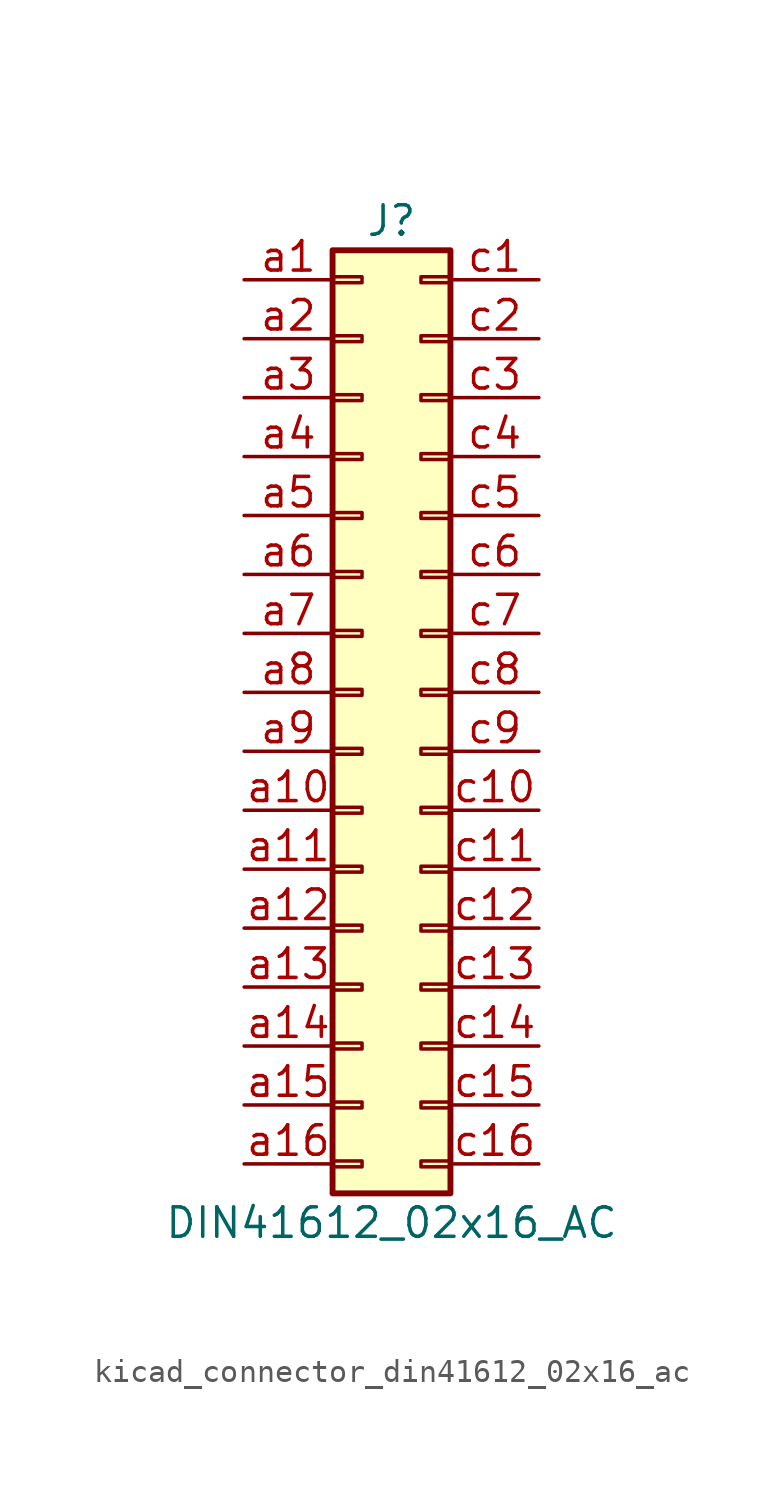
<source format=kicad_sym>
(kicad_symbol_lib
  (version 20220914)
  (generator kicad_symbol_editor)
  (symbol "kicad_connector_din41612_02x16_ac"
    (pin_names
      (offset 1.016) hide)
    (property "Reference" "J"
      (at 1.27 20.32 0)
      (effects (font (size 1.27 1.27))))
    (property "Value" "DIN41612_02x16_AC"
      (at 1.27 -22.86 0)
      (effects (font (size 1.27 1.27))))
    (symbol "kicad_connector_din41612_02x16_ac_1_1"
      (rectangle (start -1.27 -20.193) (end 0 -20.447) (stroke (width 0.152) (type default)) (fill (type none)))
      (rectangle (start -1.27 -17.653) (end 0 -17.907) (stroke (width 0.152) (type default)) (fill (type none)))
      (rectangle (start -1.27 -15.113) (end 0 -15.367) (stroke (width 0.152) (type default)) (fill (type none)))
      (rectangle (start -1.27 -12.573) (end 0 -12.827) (stroke (width 0.152) (type default)) (fill (type none)))
      (rectangle (start -1.27 -10.033) (end 0 -10.287) (stroke (width 0.152) (type default)) (fill (type none)))
      (rectangle (start -1.27 -7.493) (end 0 -7.747) (stroke (width 0.152) (type default)) (fill (type none)))
      (rectangle (start -1.27 -4.953) (end 0 -5.207) (stroke (width 0.152) (type default)) (fill (type none)))
      (rectangle (start -1.27 -2.413) (end 0 -2.667) (stroke (width 0.152) (type default)) (fill (type none)))
      (rectangle (start -1.27 0.127) (end 0 -0.127) (stroke (width 0.152) (type default)) (fill (type none)))
      (rectangle (start -1.27 2.667) (end 0 2.413) (stroke (width 0.152) (type default)) (fill (type none)))
      (rectangle (start -1.27 5.207) (end 0 4.953) (stroke (width 0.152) (type default)) (fill (type none)))
      (rectangle (start -1.27 7.747) (end 0 7.493) (stroke (width 0.152) (type default)) (fill (type none)))
      (rectangle (start -1.27 10.287) (end 0 10.033) (stroke (width 0.152) (type default)) (fill (type none)))
      (rectangle (start -1.27 12.827) (end 0 12.573) (stroke (width 0.152) (type default)) (fill (type none)))
      (rectangle (start -1.27 15.367) (end 0 15.113) (stroke (width 0.152) (type default)) (fill (type none)))
      (rectangle (start -1.27 17.907) (end 0 17.653) (stroke (width 0.152) (type default)) (fill (type none)))
      (rectangle (start -1.27 19.05) (end 3.81 -21.59) (stroke (width 0.254) (type default)) (fill (type background)))
      (rectangle (start 3.81 -20.193) (end 2.54 -20.447) (stroke (width 0.152) (type default)) (fill (type none)))
      (rectangle (start 3.81 -17.653) (end 2.54 -17.907) (stroke (width 0.152) (type default)) (fill (type none)))
      (rectangle (start 3.81 -15.113) (end 2.54 -15.367) (stroke (width 0.152) (type default)) (fill (type none)))
      (rectangle (start 3.81 -12.573) (end 2.54 -12.827) (stroke (width 0.152) (type default)) (fill (type none)))
      (rectangle (start 3.81 -10.033) (end 2.54 -10.287) (stroke (width 0.152) (type default)) (fill (type none)))
      (rectangle (start 3.81 -7.493) (end 2.54 -7.747) (stroke (width 0.152) (type default)) (fill (type none)))
      (rectangle (start 3.81 -4.953) (end 2.54 -5.207) (stroke (width 0.152) (type default)) (fill (type none)))
      (rectangle (start 3.81 -2.413) (end 2.54 -2.667) (stroke (width 0.152) (type default)) (fill (type none)))
      (rectangle (start 3.81 0.127) (end 2.54 -0.127) (stroke (width 0.152) (type default)) (fill (type none)))
      (rectangle (start 3.81 2.667) (end 2.54 2.413) (stroke (width 0.152) (type default)) (fill (type none)))
      (rectangle (start 3.81 5.207) (end 2.54 4.953) (stroke (width 0.152) (type default)) (fill (type none)))
      (rectangle (start 3.81 7.747) (end 2.54 7.493) (stroke (width 0.152) (type default)) (fill (type none)))
      (rectangle (start 3.81 10.287) (end 2.54 10.033) (stroke (width 0.152) (type default)) (fill (type none)))
      (rectangle (start 3.81 12.827) (end 2.54 12.573) (stroke (width 0.152) (type default)) (fill (type none)))
      (rectangle (start 3.81 15.367) (end 2.54 15.113) (stroke (width 0.152) (type default)) (fill (type none)))
      (rectangle (start 3.81 17.907) (end 2.54 17.653) (stroke (width 0.152) (type default)) (fill (type none)))
      (pin passive line (at -5.08 17.78 0) (length 3.81) (name "Pin_a1" (effects (font (size 1.27 1.27)))) (number "a1" (effects (font (size 1.27 1.27)))))
      (pin passive line (at -5.08 -5.08 0) (length 3.81) (name "Pin_a10" (effects (font (size 1.27 1.27)))) (number "a10" (effects (font (size 1.27 1.27)))))
      (pin passive line (at -5.08 -7.62 0) (length 3.81) (name "Pin_a11" (effects (font (size 1.27 1.27)))) (number "a11" (effects (font (size 1.27 1.27)))))
      (pin passive line (at -5.08 -10.16 0) (length 3.81) (name "Pin_a12" (effects (font (size 1.27 1.27)))) (number "a12" (effects (font (size 1.27 1.27)))))
      (pin passive line (at -5.08 -12.7 0) (length 3.81) (name "Pin_a13" (effects (font (size 1.27 1.27)))) (number "a13" (effects (font (size 1.27 1.27)))))
      (pin passive line (at -5.08 -15.24 0) (length 3.81) (name "Pin_a14" (effects (font (size 1.27 1.27)))) (number "a14" (effects (font (size 1.27 1.27)))))
      (pin passive line (at -5.08 -17.78 0) (length 3.81) (name "Pin_a15" (effects (font (size 1.27 1.27)))) (number "a15" (effects (font (size 1.27 1.27)))))
      (pin passive line (at -5.08 -20.32 0) (length 3.81) (name "Pin_a16" (effects (font (size 1.27 1.27)))) (number "a16" (effects (font (size 1.27 1.27)))))
      (pin passive line (at -5.08 15.24 0) (length 3.81) (name "Pin_a2" (effects (font (size 1.27 1.27)))) (number "a2" (effects (font (size 1.27 1.27)))))
      (pin passive line (at -5.08 12.7 0) (length 3.81) (name "Pin_a3" (effects (font (size 1.27 1.27)))) (number "a3" (effects (font (size 1.27 1.27)))))
      (pin passive line (at -5.08 10.16 0) (length 3.81) (name "Pin_a4" (effects (font (size 1.27 1.27)))) (number "a4" (effects (font (size 1.27 1.27)))))
      (pin passive line (at -5.08 7.62 0) (length 3.81) (name "Pin_a5" (effects (font (size 1.27 1.27)))) (number "a5" (effects (font (size 1.27 1.27)))))
      (pin passive line (at -5.08 5.08 0) (length 3.81) (name "Pin_a6" (effects (font (size 1.27 1.27)))) (number "a6" (effects (font (size 1.27 1.27)))))
      (pin passive line (at -5.08 2.54 0) (length 3.81) (name "Pin_a7" (effects (font (size 1.27 1.27)))) (number "a7" (effects (font (size 1.27 1.27)))))
      (pin passive line (at -5.08 0 0) (length 3.81) (name "Pin_a8" (effects (font (size 1.27 1.27)))) (number "a8" (effects (font (size 1.27 1.27)))))
      (pin passive line (at -5.08 -2.54 0) (length 3.81) (name "Pin_a9" (effects (font (size 1.27 1.27)))) (number "a9" (effects (font (size 1.27 1.27)))))
      (pin passive line (at 7.62 17.78 180) (length 3.81) (name "Pin_c1" (effects (font (size 1.27 1.27)))) (number "c1" (effects (font (size 1.27 1.27)))))
      (pin passive line (at 7.62 -5.08 180) (length 3.81) (name "Pin_c10" (effects (font (size 1.27 1.27)))) (number "c10" (effects (font (size 1.27 1.27)))))
      (pin passive line (at 7.62 -7.62 180) (length 3.81) (name "Pin_c11" (effects (font (size 1.27 1.27)))) (number "c11" (effects (font (size 1.27 1.27)))))
      (pin passive line (at 7.62 -10.16 180) (length 3.81) (name "Pin_c12" (effects (font (size 1.27 1.27)))) (number "c12" (effects (font (size 1.27 1.27)))))
      (pin passive line (at 7.62 -12.7 180) (length 3.81) (name "Pin_c13" (effects (font (size 1.27 1.27)))) (number "c13" (effects (font (size 1.27 1.27)))))
      (pin passive line (at 7.62 -15.24 180) (length 3.81) (name "Pin_c14" (effects (font (size 1.27 1.27)))) (number "c14" (effects (font (size 1.27 1.27)))))
      (pin passive line (at 7.62 -17.78 180) (length 3.81) (name "Pin_c15" (effects (font (size 1.27 1.27)))) (number "c15" (effects (font (size 1.27 1.27)))))
      (pin passive line (at 7.62 -20.32 180) (length 3.81) (name "Pin_c16" (effects (font (size 1.27 1.27)))) (number "c16" (effects (font (size 1.27 1.27)))))
      (pin passive line (at 7.62 15.24 180) (length 3.81) (name "Pin_c2" (effects (font (size 1.27 1.27)))) (number "c2" (effects (font (size 1.27 1.27)))))
      (pin passive line (at 7.62 12.7 180) (length 3.81) (name "Pin_c3" (effects (font (size 1.27 1.27)))) (number "c3" (effects (font (size 1.27 1.27)))))
      (pin passive line (at 7.62 10.16 180) (length 3.81) (name "Pin_c4" (effects (font (size 1.27 1.27)))) (number "c4" (effects (font (size 1.27 1.27)))))
      (pin passive line (at 7.62 7.62 180) (length 3.81) (name "Pin_c5" (effects (font (size 1.27 1.27)))) (number "c5" (effects (font (size 1.27 1.27)))))
      (pin passive line (at 7.62 5.08 180) (length 3.81) (name "Pin_c6" (effects (font (size 1.27 1.27)))) (number "c6" (effects (font (size 1.27 1.27)))))
      (pin passive line (at 7.62 2.54 180) (length 3.81) (name "Pin_c7" (effects (font (size 1.27 1.27)))) (number "c7" (effects (font (size 1.27 1.27)))))
      (pin passive line (at 7.62 0 180) (length 3.81) (name "Pin_c8" (effects (font (size 1.27 1.27)))) (number "c8" (effects (font (size 1.27 1.27)))))
      (pin passive line (at 7.62 -2.54 180) (length 3.81) (name "Pin_c9" (effects (font (size 1.27 1.27)))) (number "c9" (effects (font (size 1.27 1.27))))))))
</source>
